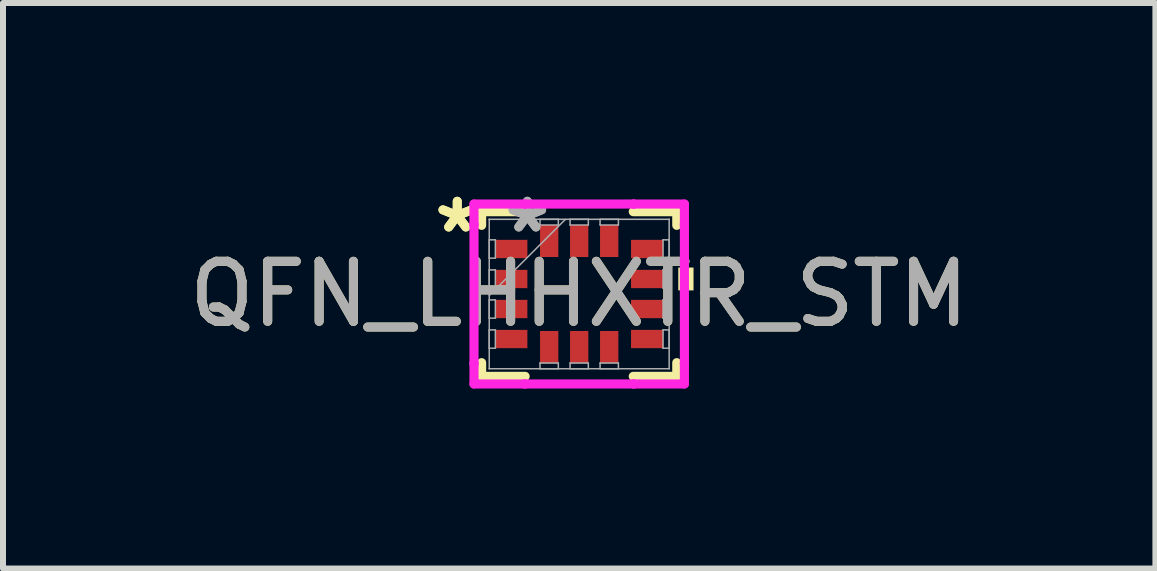
<source format=kicad_pcb>
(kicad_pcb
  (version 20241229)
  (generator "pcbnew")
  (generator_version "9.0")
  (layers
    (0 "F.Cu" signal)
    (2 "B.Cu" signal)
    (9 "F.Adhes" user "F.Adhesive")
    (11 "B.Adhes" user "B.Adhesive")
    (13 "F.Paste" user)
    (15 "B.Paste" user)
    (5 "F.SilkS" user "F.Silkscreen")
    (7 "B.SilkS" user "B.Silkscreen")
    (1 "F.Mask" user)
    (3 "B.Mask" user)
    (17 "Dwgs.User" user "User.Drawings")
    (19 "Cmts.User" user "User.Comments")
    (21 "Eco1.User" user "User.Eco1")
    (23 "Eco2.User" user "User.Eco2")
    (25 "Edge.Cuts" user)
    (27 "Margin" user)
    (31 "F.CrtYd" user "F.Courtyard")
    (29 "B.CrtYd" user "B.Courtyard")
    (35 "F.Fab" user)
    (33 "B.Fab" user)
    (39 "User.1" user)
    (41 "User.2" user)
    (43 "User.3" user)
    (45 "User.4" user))
  (footprint "QFN_LHHXTR_STM"
    (layer "F.Cu")
    (at 6.601 1.849)
    (property "Reference" "QFN_LHHXTR_STM" (at 0 0 0) (unlocked yes) (layer "F.SilkS") (effects (font (size 1 1) (thickness 0.15))))
    (attr smd)
    (fp_line (start -1.626 -1.372) (end -1.626 -1.144) (stroke (width 0.152) (type solid)) (layer "F.SilkS"))
    (fp_line (start -1.626 1.144) (end -1.626 1.372) (stroke (width 0.152) (type solid)) (layer "F.SilkS"))
    (fp_line (start -1.626 1.372) (end -0.901 1.372) (stroke (width 0.152) (type solid)) (layer "F.SilkS"))
    (fp_line (start -0.901 -1.372) (end -1.626 -1.372) (stroke (width 0.152) (type solid)) (layer "F.SilkS"))
    (fp_line (start 0.901 1.372) (end 1.626 1.372) (stroke (width 0.152) (type solid)) (layer "F.SilkS"))
    (fp_line (start 1.626 -1.372) (end 0.901 -1.372) (stroke (width 0.152) (type solid)) (layer "F.SilkS"))
    (fp_line (start 1.626 -1.144) (end 1.626 -1.372) (stroke (width 0.152) (type solid)) (layer "F.SilkS"))
    (fp_line (start 1.626 1.372) (end 1.626 1.144) (stroke (width 0.152) (type solid)) (layer "F.SilkS"))
    (fp_poly (pts (xy 1.905 -0.441) (xy 1.905 -0.06) (xy 1.651 -0.06) (xy 1.651 -0.441)) (stroke (width 0) (type solid)) (fill yes) (layer "F.SilkS"))
    (fp_line (start -1.753 -1.499) (end -0.907 -1.499) (stroke (width 0.152) (type solid)) (layer "F.CrtYd"))
    (fp_line (start -1.753 -1.157) (end -1.753 -1.499) (stroke (width 0.152) (type solid)) (layer "F.CrtYd"))
    (fp_line (start -1.753 -1.157) (end -1.753 -1.157) (stroke (width 0.152) (type solid)) (layer "F.CrtYd"))
    (fp_line (start -1.753 1.157) (end -1.753 -1.157) (stroke (width 0.152) (type solid)) (layer "F.CrtYd"))
    (fp_line (start -1.753 1.157) (end -1.753 1.157) (stroke (width 0.152) (type solid)) (layer "F.CrtYd"))
    (fp_line (start -1.753 1.499) (end -1.753 1.157) (stroke (width 0.152) (type solid)) (layer "F.CrtYd"))
    (fp_line (start -0.907 -1.499) (end -0.907 -1.499) (stroke (width 0.152) (type solid)) (layer "F.CrtYd"))
    (fp_line (start -0.907 -1.499) (end 0.907 -1.499) (stroke (width 0.152) (type solid)) (layer "F.CrtYd"))
    (fp_line (start -0.907 1.499) (end -1.753 1.499) (stroke (width 0.152) (type solid)) (layer "F.CrtYd"))
    (fp_line (start -0.907 1.499) (end -0.907 1.499) (stroke (width 0.152) (type solid)) (layer "F.CrtYd"))
    (fp_line (start 0.907 -1.499) (end 0.907 -1.499) (stroke (width 0.152) (type solid)) (layer "F.CrtYd"))
    (fp_line (start 0.907 -1.499) (end 1.753 -1.499) (stroke (width 0.152) (type solid)) (layer "F.CrtYd"))
    (fp_line (start 0.907 1.499) (end -0.907 1.499) (stroke (width 0.152) (type solid)) (layer "F.CrtYd"))
    (fp_line (start 0.907 1.499) (end 0.907 1.499) (stroke (width 0.152) (type solid)) (layer "F.CrtYd"))
    (fp_line (start 1.753 -1.499) (end 1.753 -1.157) (stroke (width 0.152) (type solid)) (layer "F.CrtYd"))
    (fp_line (start 1.753 -1.157) (end 1.753 -1.157) (stroke (width 0.152) (type solid)) (layer "F.CrtYd"))
    (fp_line (start 1.753 -1.157) (end 1.753 1.157) (stroke (width 0.152) (type solid)) (layer "F.CrtYd"))
    (fp_line (start 1.753 1.157) (end 1.753 1.157) (stroke (width 0.152) (type solid)) (layer "F.CrtYd"))
    (fp_line (start 1.753 1.157) (end 1.753 1.499) (stroke (width 0.152) (type solid)) (layer "F.CrtYd"))
    (fp_line (start 1.753 1.499) (end 0.907 1.499) (stroke (width 0.152) (type solid)) (layer "F.CrtYd"))
    (fp_line (start -1.499 -1.245) (end -1.499 -1.245) (stroke (width 0.025) (type solid)) (layer "F.Fab"))
    (fp_line (start -1.499 -1.245) (end -1.499 1.245) (stroke (width 0.025) (type solid)) (layer "F.Fab"))
    (fp_line (start -1.499 -0.903) (end -1.397 -0.903) (stroke (width 0.025) (type solid)) (layer "F.Fab"))
    (fp_line (start -1.499 -0.598) (end -1.499 -0.903) (stroke (width 0.025) (type solid)) (layer "F.Fab"))
    (fp_line (start -1.499 -0.402) (end -1.397 -0.402) (stroke (width 0.025) (type solid)) (layer "F.Fab"))
    (fp_line (start -1.499 -0.098) (end -1.499 -0.402) (stroke (width 0.025) (type solid)) (layer "F.Fab"))
    (fp_line (start -1.499 0.025) (end -0.229 -1.245) (stroke (width 0.025) (type solid)) (layer "F.Fab"))
    (fp_line (start -1.499 0.098) (end -1.397 0.098) (stroke (width 0.025) (type solid)) (layer "F.Fab"))
    (fp_line (start -1.499 0.402) (end -1.499 0.098) (stroke (width 0.025) (type solid)) (layer "F.Fab"))
    (fp_line (start -1.499 0.598) (end -1.397 0.598) (stroke (width 0.025) (type solid)) (layer "F.Fab"))
    (fp_line (start -1.499 0.903) (end -1.499 0.598) (stroke (width 0.025) (type solid)) (layer "F.Fab"))
    (fp_line (start -1.499 1.245) (end -1.499 1.245) (stroke (width 0.025) (type solid)) (layer "F.Fab"))
    (fp_line (start -1.499 1.245) (end 1.499 1.245) (stroke (width 0.025) (type solid)) (layer "F.Fab"))
    (fp_line (start -1.397 -0.903) (end -1.397 -0.598) (stroke (width 0.025) (type solid)) (layer "F.Fab"))
    (fp_line (start -1.397 -0.598) (end -1.499 -0.598) (stroke (width 0.025) (type solid)) (layer "F.Fab"))
    (fp_line (start -1.397 -0.402) (end -1.397 -0.098) (stroke (width 0.025) (type solid)) (layer "F.Fab"))
    (fp_line (start -1.397 -0.098) (end -1.499 -0.098) (stroke (width 0.025) (type solid)) (layer "F.Fab"))
    (fp_line (start -1.397 0.098) (end -1.397 0.402) (stroke (width 0.025) (type solid)) (layer "F.Fab"))
    (fp_line (start -1.397 0.402) (end -1.499 0.402) (stroke (width 0.025) (type solid)) (layer "F.Fab"))
    (fp_line (start -1.397 0.598) (end -1.397 0.903) (stroke (width 0.025) (type solid)) (layer "F.Fab"))
    (fp_line (start -1.397 0.903) (end -1.499 0.903) (stroke (width 0.025) (type solid)) (layer "F.Fab"))
    (fp_line (start -0.653 -1.245) (end -0.348 -1.245) (stroke (width 0.025) (type solid)) (layer "F.Fab"))
    (fp_line (start -0.653 -1.15) (end -0.653 -1.245) (stroke (width 0.025) (type solid)) (layer "F.Fab"))
    (fp_line (start -0.653 1.15) (end -0.348 1.15) (stroke (width 0.025) (type solid)) (layer "F.Fab"))
    (fp_line (start -0.653 1.245) (end -0.653 1.15) (stroke (width 0.025) (type solid)) (layer "F.Fab"))
    (fp_line (start -0.348 -1.245) (end -0.348 -1.15) (stroke (width 0.025) (type solid)) (layer "F.Fab"))
    (fp_line (start -0.348 -1.15) (end -0.653 -1.15) (stroke (width 0.025) (type solid)) (layer "F.Fab"))
    (fp_line (start -0.348 1.15) (end -0.348 1.245) (stroke (width 0.025) (type solid)) (layer "F.Fab"))
    (fp_line (start -0.348 1.245) (end -0.653 1.245) (stroke (width 0.025) (type solid)) (layer "F.Fab"))
    (fp_line (start -0.152 -1.245) (end 0.152 -1.245) (stroke (width 0.025) (type solid)) (layer "F.Fab"))
    (fp_line (start -0.152 -1.15) (end -0.152 -1.245) (stroke (width 0.025) (type solid)) (layer "F.Fab"))
    (fp_line (start -0.152 1.15) (end 0.152 1.15) (stroke (width 0.025) (type solid)) (layer "F.Fab"))
    (fp_line (start -0.152 1.245) (end -0.152 1.15) (stroke (width 0.025) (type solid)) (layer "F.Fab"))
    (fp_line (start 0.152 -1.245) (end 0.152 -1.15) (stroke (width 0.025) (type solid)) (layer "F.Fab"))
    (fp_line (start 0.152 -1.15) (end -0.152 -1.15) (stroke (width 0.025) (type solid)) (layer "F.Fab"))
    (fp_line (start 0.152 1.15) (end 0.152 1.245) (stroke (width 0.025) (type solid)) (layer "F.Fab"))
    (fp_line (start 0.152 1.245) (end -0.152 1.245) (stroke (width 0.025) (type solid)) (layer "F.Fab"))
    (fp_line (start 0.348 -1.245) (end 0.653 -1.245) (stroke (width 0.025) (type solid)) (layer "F.Fab"))
    (fp_line (start 0.348 -1.15) (end 0.348 -1.245) (stroke (width 0.025) (type solid)) (layer "F.Fab"))
    (fp_line (start 0.348 1.15) (end 0.653 1.15) (stroke (width 0.025) (type solid)) (layer "F.Fab"))
    (fp_line (start 0.348 1.245) (end 0.348 1.15) (stroke (width 0.025) (type solid)) (layer "F.Fab"))
    (fp_line (start 0.653 -1.245) (end 0.653 -1.15) (stroke (width 0.025) (type solid)) (layer "F.Fab"))
    (fp_line (start 0.653 -1.15) (end 0.348 -1.15) (stroke (width 0.025) (type solid)) (layer "F.Fab"))
    (fp_line (start 0.653 1.15) (end 0.653 1.245) (stroke (width 0.025) (type solid)) (layer "F.Fab"))
    (fp_line (start 0.653 1.245) (end 0.348 1.245) (stroke (width 0.025) (type solid)) (layer "F.Fab"))
    (fp_line (start 1.397 -0.903) (end 1.499 -0.903) (stroke (width 0.025) (type solid)) (layer "F.Fab"))
    (fp_line (start 1.397 -0.598) (end 1.397 -0.903) (stroke (width 0.025) (type solid)) (layer "F.Fab"))
    (fp_line (start 1.397 -0.402) (end 1.499 -0.402) (stroke (width 0.025) (type solid)) (layer "F.Fab"))
    (fp_line (start 1.397 -0.098) (end 1.397 -0.402) (stroke (width 0.025) (type solid)) (layer "F.Fab"))
    (fp_line (start 1.397 0.098) (end 1.499 0.098) (stroke (width 0.025) (type solid)) (layer "F.Fab"))
    (fp_line (start 1.397 0.402) (end 1.397 0.098) (stroke (width 0.025) (type solid)) (layer "F.Fab"))
    (fp_line (start 1.397 0.598) (end 1.499 0.598) (stroke (width 0.025) (type solid)) (layer "F.Fab"))
    (fp_line (start 1.397 0.903) (end 1.397 0.598) (stroke (width 0.025) (type solid)) (layer "F.Fab"))
    (fp_line (start 1.499 -1.245) (end -1.499 -1.245) (stroke (width 0.025) (type solid)) (layer "F.Fab"))
    (fp_line (start 1.499 -1.245) (end 1.499 -1.245) (stroke (width 0.025) (type solid)) (layer "F.Fab"))
    (fp_line (start 1.499 -0.903) (end 1.499 -0.598) (stroke (width 0.025) (type solid)) (layer "F.Fab"))
    (fp_line (start 1.499 -0.598) (end 1.397 -0.598) (stroke (width 0.025) (type solid)) (layer "F.Fab"))
    (fp_line (start 1.499 -0.402) (end 1.499 -0.098) (stroke (width 0.025) (type solid)) (layer "F.Fab"))
    (fp_line (start 1.499 -0.098) (end 1.397 -0.098) (stroke (width 0.025) (type solid)) (layer "F.Fab"))
    (fp_line (start 1.499 0.098) (end 1.499 0.402) (stroke (width 0.025) (type solid)) (layer "F.Fab"))
    (fp_line (start 1.499 0.402) (end 1.397 0.402) (stroke (width 0.025) (type solid)) (layer "F.Fab"))
    (fp_line (start 1.499 0.598) (end 1.499 0.903) (stroke (width 0.025) (type solid)) (layer "F.Fab"))
    (fp_line (start 1.499 0.903) (end 1.397 0.903) (stroke (width 0.025) (type solid)) (layer "F.Fab"))
    (fp_line (start 1.499 1.245) (end 1.499 -1.245) (stroke (width 0.025) (type solid)) (layer "F.Fab"))
    (fp_line (start 1.499 1.245) (end 1.499 1.245) (stroke (width 0.025) (type solid)) (layer "F.Fab"))
    (fp_text user "*" (at -2.032 -1 0) (unlocked yes) (layer "F.SilkS") (effects (font (size 1 1) (thickness 0.15))))
    (fp_text user "*" (at -2.032 -1 0) (layer "F.SilkS") (effects (font (size 1 1) (thickness 0.15))))
    (fp_text user "*" (at -0.864 -1 0) (layer "F.Fab") (effects (font (size 1 1) (thickness 0.15))))
    (fp_text user "${REFERENCE}" (at 0 0 0) (unlocked yes) (layer "F.Fab") (effects (font (size 1 1) (thickness 0.15))))
    (fp_text user "*" (at -0.864 -1 0) (unlocked yes) (layer "F.Fab") (effects (font (size 1 1) (thickness 0.15))))
    (pad "1" smd rect (at -1.13 -0.75 90) (size 0.305 0.533) (layers "F.Cu" "F.Mask" "F.Paste"))
    (pad "2" smd rect (at -1.13 -0.25 90) (size 0.305 0.533) (layers "F.Cu" "F.Mask" "F.Paste"))
    (pad "3" smd rect (at -1.13 0.25 90) (size 0.305 0.533) (layers "F.Cu" "F.Mask" "F.Paste"))
    (pad "4" smd rect (at -1.13 0.75 90) (size 0.305 0.533) (layers "F.Cu" "F.Mask" "F.Paste"))
    (pad "5" smd rect (at -0.5 0.883) (size 0.305 0.533) (layers "F.Cu" "F.Mask" "F.Paste"))
    (pad "6" smd rect (at 0 0.883) (size 0.305 0.533) (layers "F.Cu" "F.Mask" "F.Paste"))
    (pad "7" smd rect (at 0.5 0.883) (size 0.305 0.533) (layers "F.Cu" "F.Mask" "F.Paste"))
    (pad "8" smd rect (at 1.13 0.75 90) (size 0.305 0.533) (layers "F.Cu" "F.Mask" "F.Paste"))
    (pad "9" smd rect (at 1.13 0.25 90) (size 0.305 0.533) (layers "F.Cu" "F.Mask" "F.Paste"))
    (pad "10" smd rect (at 1.13 -0.25 90) (size 0.305 0.533) (layers "F.Cu" "F.Mask" "F.Paste"))
    (pad "11" smd rect (at 1.13 -0.75 90) (size 0.305 0.533) (layers "F.Cu" "F.Mask" "F.Paste"))
    (pad "12" smd rect (at 0.5 -0.883) (size 0.305 0.533) (layers "F.Cu" "F.Mask" "F.Paste"))
    (pad "13" smd rect (at 0 -0.883) (size 0.305 0.533) (layers "F.Cu" "F.Mask" "F.Paste"))
    (pad "14" smd rect (at -0.5 -0.883) (size 0.305 0.533) (layers "F.Cu" "F.Mask" "F.Paste")))
  (gr_rect
    (start -3 -3)
    (end 16.202 6.423)
    (stroke (width 0.1) (type default))
    (fill no)
    (layer "Edge.Cuts")))
</source>
